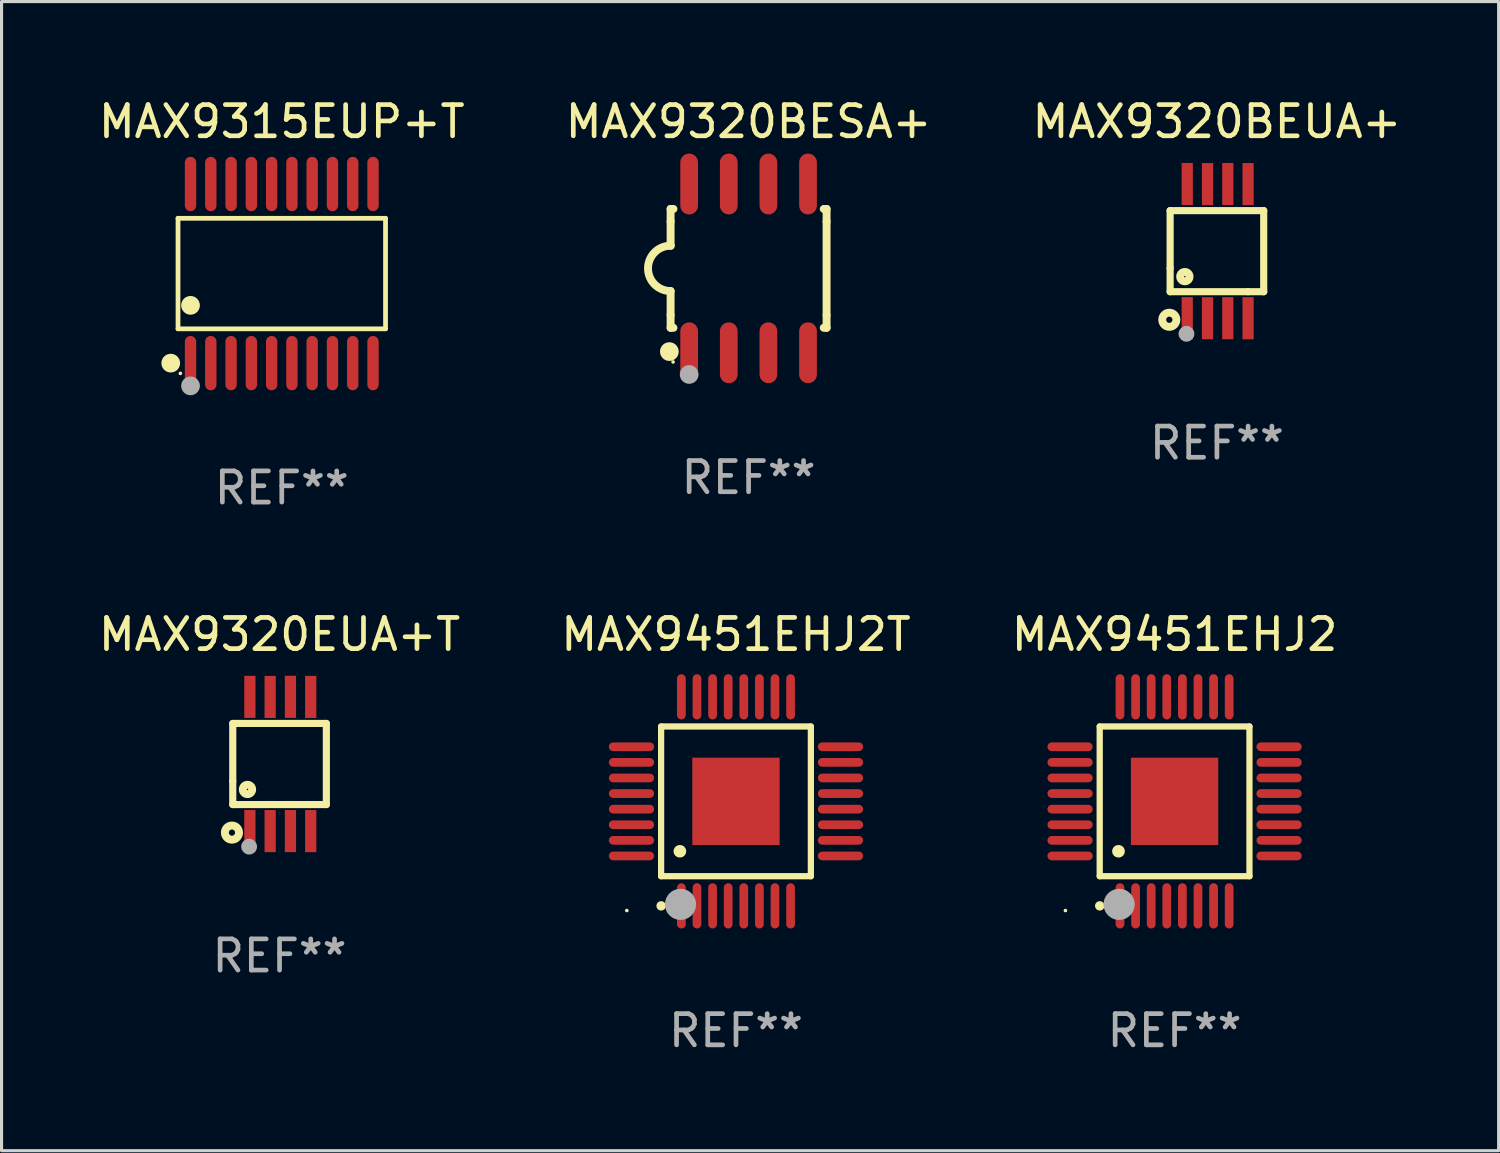
<source format=kicad_pcb>
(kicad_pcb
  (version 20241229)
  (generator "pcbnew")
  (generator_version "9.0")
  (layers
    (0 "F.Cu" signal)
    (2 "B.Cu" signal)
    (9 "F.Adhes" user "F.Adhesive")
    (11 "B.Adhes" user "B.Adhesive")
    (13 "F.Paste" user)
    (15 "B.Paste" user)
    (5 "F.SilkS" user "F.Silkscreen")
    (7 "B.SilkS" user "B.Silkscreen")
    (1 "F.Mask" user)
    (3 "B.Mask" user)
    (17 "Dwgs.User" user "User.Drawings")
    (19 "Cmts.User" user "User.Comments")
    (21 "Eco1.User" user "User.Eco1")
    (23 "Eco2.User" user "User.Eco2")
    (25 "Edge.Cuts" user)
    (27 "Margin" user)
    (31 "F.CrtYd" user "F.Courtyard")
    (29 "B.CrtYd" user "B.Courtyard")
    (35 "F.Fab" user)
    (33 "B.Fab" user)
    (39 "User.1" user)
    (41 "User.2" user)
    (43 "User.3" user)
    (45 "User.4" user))
  (footprint "MAX9320BESA+"
    (layer "F.Cu")
    (at 20.946 5.553)
    (property "Reference" "MAX9320BESA+" (at 0 -4.705 0) (layer "F.SilkS") (effects (font (size 1 1) (thickness 0.15))))
    (attr through_hole)
    (fp_line (start -2.5 -1.905) (end -2.409 -1.905) (stroke (width 0.254) (type solid)) (layer "F.SilkS"))
    (fp_line (start -2.5 -1.5) (end -2.5 -1.905) (stroke (width 0.254) (type solid)) (layer "F.SilkS"))
    (fp_line (start -2.5 -1.5) (end -2.5 -0.726) (stroke (width 0.254) (type solid)) (layer "F.SilkS"))
    (fp_line (start -2.5 1.5) (end -2.5 0.727) (stroke (width 0.254) (type solid)) (layer "F.SilkS"))
    (fp_line (start -2.5 1.5) (end -2.5 1.905) (stroke (width 0.254) (type solid)) (layer "F.SilkS"))
    (fp_line (start -2.5 1.905) (end -2.409 1.905) (stroke (width 0.254) (type solid)) (layer "F.SilkS"))
    (fp_line (start 2.5 -1.905) (end 2.409 -1.905) (stroke (width 0.254) (type solid)) (layer "F.SilkS"))
    (fp_line (start 2.5 -1.5) (end 2.5 -1.905) (stroke (width 0.254) (type solid)) (layer "F.SilkS"))
    (fp_line (start 2.5 -1.5) (end 2.5 1.5) (stroke (width 0.254) (type solid)) (layer "F.SilkS"))
    (fp_line (start 2.5 1.5) (end 2.5 1.905) (stroke (width 0.254) (type solid)) (layer "F.SilkS"))
    (fp_line (start 2.5 1.905) (end 2.409 1.905) (stroke (width 0.254) (type solid)) (layer "F.SilkS"))
    (fp_arc (start -2.5 0.726568) (mid -3.220316 -0.0023) (end -2.495097 -0.726289) (stroke (width 0.254001) (type solid)) (layer "F.SilkS"))
    (fp_circle (center -2.54 2.667) (end -2.39 2.667) (stroke (width 0.3) (type solid)) (fill no) (layer "F.SilkS"))
    (fp_circle (center -2.42 3) (end -2.39 3) (stroke (width 0.06) (type solid)) (fill no) (layer "F.SilkS"))
    (fp_circle (center -1.905 3.4) (end -1.755 3.4) (stroke (width 0.3) (type solid)) (fill no) (layer "F.Fab"))
    (fp_text user "REF**" (at 0 6.705 0) (layer "F.Fab") (effects (font (size 1 1) (thickness 0.15))))
    (pad "1" smd oval (at -1.905 2.705) (size 0.568 1.95) (layers "F.Cu" "F.Mask" "F.Paste"))
    (pad "2" smd oval (at -0.635 2.705) (size 0.568 1.95) (layers "F.Cu" "F.Mask" "F.Paste"))
    (pad "3" smd oval (at 0.635 2.705) (size 0.568 1.95) (layers "F.Cu" "F.Mask" "F.Paste"))
    (pad "4" smd oval (at 1.905 2.705) (size 0.568 1.95) (layers "F.Cu" "F.Mask" "F.Paste"))
    (pad "5" smd oval (at 1.905 -2.705) (size 0.568 1.95) (layers "F.Cu" "F.Mask" "F.Paste"))
    (pad "6" smd oval (at 0.635 -2.705) (size 0.568 1.95) (layers "F.Cu" "F.Mask" "F.Paste"))
    (pad "7" smd oval (at -0.635 -2.705) (size 0.568 1.95) (layers "F.Cu" "F.Mask" "F.Paste"))
    (pad "8" smd oval (at -1.905 -2.705) (size 0.568 1.95) (layers "F.Cu" "F.Mask" "F.Paste")))
  (footprint "MAX9320EUA+T"
    (layer "F.Cu")
    (at 5.911 21.439)
    (property "Reference" "MAX9320EUA+T" (at 0 -4.152 0) (layer "F.SilkS") (effects (font (size 1 1) (thickness 0.15))))
    (attr through_hole)
    (fp_line (start -1.5 1.301) (end 1 1.301) (stroke (width 0.229) (type solid)) (layer "F.SilkS"))
    (fp_line (start -1.5 -1.299) (end -1.5 0.551) (stroke (width 0.229) (type solid)) (layer "F.SilkS"))
    (fp_line (start -1.5 0.551) (end -1.5 1.301) (stroke (width 0.229) (type solid)) (layer "F.SilkS"))
    (fp_line (start 1 1.301) (end 1.5 1.301) (stroke (width 0.229) (type solid)) (layer "F.SilkS"))
    (fp_line (start 1.5 1.301) (end 1.5 -1.299) (stroke (width 0.229) (type solid)) (layer "F.SilkS"))
    (fp_line (start 1.5 -1.299) (end -1.5 -1.299) (stroke (width 0.229) (type solid)) (layer "F.SilkS"))
    (fp_circle (center -1.526 2.2) (end -1.426 2.2) (stroke (width 0.254) (type solid)) (fill no) (layer "F.SilkS"))
    (fp_circle (center -1.476 2.45) (end -1.446 2.45) (stroke (width 0.06) (type solid)) (fill no) (layer "F.SilkS"))
    (fp_circle (center -1.028 0.817) (end -0.878 0.817) (stroke (width 0.254) (type solid)) (fill no) (layer "F.SilkS"))
    (fp_circle (center -0.976 2.65) (end -0.849 2.65) (stroke (width 0.254) (type solid)) (fill no) (layer "F.Fab"))
    (fp_text user "REF**" (at 0 6.152 0) (layer "F.Fab") (effects (font (size 1 1) (thickness 0.15))))
    (pad "1" smd rect (at -0.951 2.15) (size 0.36 1.35) (layers "F.Cu" "F.Mask" "F.Paste"))
    (pad "2" smd rect (at -0.301 2.152) (size 0.36 1.35) (layers "F.Cu" "F.Mask" "F.Paste"))
    (pad "3" smd rect (at 0.349 2.151) (size 0.36 1.35) (layers "F.Cu" "F.Mask" "F.Paste"))
    (pad "4" smd rect (at 0.999 2.152) (size 0.36 1.35) (layers "F.Cu" "F.Mask" "F.Paste"))
    (pad "5" smd rect (at 0.999 -2.149) (size 0.36 1.35) (layers "F.Cu" "F.Mask" "F.Paste"))
    (pad "6" smd rect (at 0.349 -2.152) (size 0.36 1.35) (layers "F.Cu" "F.Mask" "F.Paste"))
    (pad "7" smd rect (at -0.301 -2.149) (size 0.36 1.35) (layers "F.Cu" "F.Mask" "F.Paste"))
    (pad "8" smd rect (at -0.951 -2.152) (size 0.36 1.35) (layers "F.Cu" "F.Mask" "F.Paste")))
  (footprint "MAX9451EHJ2T"
    (layer "F.Cu")
    (at 20.542 22.637)
    (property "Reference" "MAX9451EHJ2T" (at 0 -5.35 0) (layer "F.SilkS") (effects (font (size 1 1) (thickness 0.15))))
    (attr through_hole)
    (fp_line (start -2.4 -2.4) (end -2.4 2.4) (stroke (width 0.2) (type solid)) (layer "F.SilkS"))
    (fp_line (start -2.4 2.4) (end 2.4 2.4) (stroke (width 0.2) (type solid)) (layer "F.SilkS"))
    (fp_line (start 2.4 -2.4) (end -2.4 -2.4) (stroke (width 0.2) (type solid)) (layer "F.SilkS"))
    (fp_line (start 2.4 2.4) (end 2.4 -2.4) (stroke (width 0.2) (type solid)) (layer "F.SilkS"))
    (fp_arc (start -2.400305 3.350267) (mid -2.399035 3.350262) (end -2.397765 3.350267) (stroke (width 0.3) (type solid)) (layer "F.SilkS"))
    (fp_arc (start -1.800864 1.600203) (mid -1.798324 1.600187) (end -1.795784 1.600203) (stroke (width 0.4) (type solid)) (layer "F.SilkS"))
    (fp_circle (center -3.5 3.5) (end -3.47 3.5) (stroke (width 0.06) (type solid)) (fill no) (layer "F.SilkS"))
    (fp_circle (center -1.778 3.302) (end -1.528 3.302) (stroke (width 0.5) (type solid)) (fill no) (layer "F.Fab"))
    (fp_text user "REF**" (at 0 7.35 0) (layer "F.Fab") (effects (font (size 1 1) (thickness 0.15))))
    (pad "1" smd oval (at -1.75 3.35 90) (size 1.45 0.28) (layers "F.Cu" "F.Mask" "F.Paste"))
    (pad "2" smd oval (at -1.25 3.35 90) (size 1.45 0.28) (layers "F.Cu" "F.Mask" "F.Paste"))
    (pad "3" smd oval (at -0.75 3.35 90) (size 1.45 0.28) (layers "F.Cu" "F.Mask" "F.Paste"))
    (pad "4" smd oval (at -0.25 3.35 90) (size 1.45 0.28) (layers "F.Cu" "F.Mask" "F.Paste"))
    (pad "5" smd oval (at 0.25 3.35 90) (size 1.45 0.28) (layers "F.Cu" "F.Mask" "F.Paste"))
    (pad "6" smd oval (at 0.75 3.35 90) (size 1.45 0.28) (layers "F.Cu" "F.Mask" "F.Paste"))
    (pad "7" smd oval (at 1.25 3.35 90) (size 1.45 0.28) (layers "F.Cu" "F.Mask" "F.Paste"))
    (pad "8" smd oval (at 1.75 3.35 90) (size 1.45 0.28) (layers "F.Cu" "F.Mask" "F.Paste"))
    (pad "9" smd oval (at 3.35 1.75 180) (size 1.45 0.28) (layers "F.Cu" "F.Mask" "F.Paste"))
    (pad "10" smd oval (at 3.35 1.25 180) (size 1.45 0.28) (layers "F.Cu" "F.Mask" "F.Paste"))
    (pad "11" smd oval (at 3.35 0.75 180) (size 1.45 0.28) (layers "F.Cu" "F.Mask" "F.Paste"))
    (pad "12" smd oval (at 3.35 0.25 180) (size 1.45 0.28) (layers "F.Cu" "F.Mask" "F.Paste"))
    (pad "13" smd oval (at 3.35 -0.25 180) (size 1.45 0.28) (layers "F.Cu" "F.Mask" "F.Paste"))
    (pad "14" smd oval (at 3.35 -0.75 180) (size 1.45 0.28) (layers "F.Cu" "F.Mask" "F.Paste"))
    (pad "15" smd oval (at 3.35 -1.25 180) (size 1.45 0.28) (layers "F.Cu" "F.Mask" "F.Paste"))
    (pad "16" smd oval (at 3.35 -1.75 180) (size 1.45 0.28) (layers "F.Cu" "F.Mask" "F.Paste"))
    (pad "17" smd oval (at 1.75 -3.35 270) (size 1.45 0.28) (layers "F.Cu" "F.Mask" "F.Paste"))
    (pad "18" smd oval (at 1.25 -3.35 270) (size 1.45 0.28) (layers "F.Cu" "F.Mask" "F.Paste"))
    (pad "19" smd oval (at 0.75 -3.35 270) (size 1.45 0.28) (layers "F.Cu" "F.Mask" "F.Paste"))
    (pad "20" smd oval (at 0.25 -3.35 270) (size 1.45 0.28) (layers "F.Cu" "F.Mask" "F.Paste"))
    (pad "21" smd oval (at -0.25 -3.35 270) (size 1.45 0.28) (layers "F.Cu" "F.Mask" "F.Paste"))
    (pad "22" smd oval (at -0.75 -3.35 270) (size 1.45 0.28) (layers "F.Cu" "F.Mask" "F.Paste"))
    (pad "23" smd oval (at -1.25 -3.35 270) (size 1.45 0.28) (layers "F.Cu" "F.Mask" "F.Paste"))
    (pad "24" smd oval (at -1.75 -3.35 270) (size 1.45 0.28) (layers "F.Cu" "F.Mask" "F.Paste"))
    (pad "25" smd oval (at -3.35 -1.75) (size 1.45 0.28) (layers "F.Cu" "F.Mask" "F.Paste"))
    (pad "26" smd oval (at -3.35 -1.25) (size 1.45 0.28) (layers "F.Cu" "F.Mask" "F.Paste"))
    (pad "27" smd oval (at -3.35 -0.75) (size 1.45 0.28) (layers "F.Cu" "F.Mask" "F.Paste"))
    (pad "28" smd oval (at -3.35 -0.25) (size 1.45 0.28) (layers "F.Cu" "F.Mask" "F.Paste"))
    (pad "29" smd oval (at -3.35 0.25) (size 1.45 0.28) (layers "F.Cu" "F.Mask" "F.Paste"))
    (pad "30" smd oval (at -3.35 0.75) (size 1.45 0.28) (layers "F.Cu" "F.Mask" "F.Paste"))
    (pad "31" smd oval (at -3.35 1.25) (size 1.45 0.28) (layers "F.Cu" "F.Mask" "F.Paste"))
    (pad "32" smd oval (at -3.35 1.75) (size 1.45 0.28) (layers "F.Cu" "F.Mask" "F.Paste"))
    (pad "33" smd rect (at 0 0) (size 2.8 2.8) (layers "F.Cu" "F.Mask" "F.Paste")))
  (footprint "MAX9320BEUA+"
    (layer "F.Cu")
    (at 35.958 5)
    (property "Reference" "MAX9320BEUA+" (at 0 -4.152 0) (layer "F.SilkS") (effects (font (size 1 1) (thickness 0.15))))
    (attr through_hole)
    (fp_line (start -1.5 1.301) (end 1 1.301) (stroke (width 0.229) (type solid)) (layer "F.SilkS"))
    (fp_line (start -1.5 -1.299) (end -1.5 0.551) (stroke (width 0.229) (type solid)) (layer "F.SilkS"))
    (fp_line (start -1.5 0.551) (end -1.5 1.301) (stroke (width 0.229) (type solid)) (layer "F.SilkS"))
    (fp_line (start 1 1.301) (end 1.5 1.301) (stroke (width 0.229) (type solid)) (layer "F.SilkS"))
    (fp_line (start 1.5 1.301) (end 1.5 -1.299) (stroke (width 0.229) (type solid)) (layer "F.SilkS"))
    (fp_line (start 1.5 -1.299) (end -1.5 -1.299) (stroke (width 0.229) (type solid)) (layer "F.SilkS"))
    (fp_circle (center -1.526 2.2) (end -1.426 2.2) (stroke (width 0.254) (type solid)) (fill no) (layer "F.SilkS"))
    (fp_circle (center -1.476 2.45) (end -1.446 2.45) (stroke (width 0.06) (type solid)) (fill no) (layer "F.SilkS"))
    (fp_circle (center -1.028 0.817) (end -0.878 0.817) (stroke (width 0.254) (type solid)) (fill no) (layer "F.SilkS"))
    (fp_circle (center -0.976 2.65) (end -0.849 2.65) (stroke (width 0.254) (type solid)) (fill no) (layer "F.Fab"))
    (fp_text user "REF**" (at 0 6.152 0) (layer "F.Fab") (effects (font (size 1 1) (thickness 0.15))))
    (pad "1" smd rect (at -0.951 2.15) (size 0.36 1.35) (layers "F.Cu" "F.Mask" "F.Paste"))
    (pad "2" smd rect (at -0.301 2.152) (size 0.36 1.35) (layers "F.Cu" "F.Mask" "F.Paste"))
    (pad "3" smd rect (at 0.349 2.151) (size 0.36 1.35) (layers "F.Cu" "F.Mask" "F.Paste"))
    (pad "4" smd rect (at 0.999 2.152) (size 0.36 1.35) (layers "F.Cu" "F.Mask" "F.Paste"))
    (pad "5" smd rect (at 0.999 -2.149) (size 0.36 1.35) (layers "F.Cu" "F.Mask" "F.Paste"))
    (pad "6" smd rect (at 0.349 -2.152) (size 0.36 1.35) (layers "F.Cu" "F.Mask" "F.Paste"))
    (pad "7" smd rect (at -0.301 -2.149) (size 0.36 1.35) (layers "F.Cu" "F.Mask" "F.Paste"))
    (pad "8" smd rect (at -0.951 -2.152) (size 0.36 1.35) (layers "F.Cu" "F.Mask" "F.Paste")))
  (footprint "MAX9451EHJ2"
    (layer "F.Cu")
    (at 34.601 22.637)
    (property "Reference" "MAX9451EHJ2" (at 0 -5.35 0) (layer "F.SilkS") (effects (font (size 1 1) (thickness 0.15))))
    (attr through_hole)
    (fp_line (start -2.4 -2.4) (end -2.4 2.4) (stroke (width 0.2) (type solid)) (layer "F.SilkS"))
    (fp_line (start -2.4 2.4) (end 2.4 2.4) (stroke (width 0.2) (type solid)) (layer "F.SilkS"))
    (fp_line (start 2.4 -2.4) (end -2.4 -2.4) (stroke (width 0.2) (type solid)) (layer "F.SilkS"))
    (fp_line (start 2.4 2.4) (end 2.4 -2.4) (stroke (width 0.2) (type solid)) (layer "F.SilkS"))
    (fp_arc (start -2.400305 3.350267) (mid -2.399035 3.350262) (end -2.397765 3.350267) (stroke (width 0.3) (type solid)) (layer "F.SilkS"))
    (fp_arc (start -1.800864 1.600203) (mid -1.798324 1.600187) (end -1.795784 1.600203) (stroke (width 0.4) (type solid)) (layer "F.SilkS"))
    (fp_circle (center -3.5 3.5) (end -3.47 3.5) (stroke (width 0.06) (type solid)) (fill no) (layer "F.SilkS"))
    (fp_circle (center -1.778 3.302) (end -1.528 3.302) (stroke (width 0.5) (type solid)) (fill no) (layer "F.Fab"))
    (fp_text user "REF**" (at 0 7.35 0) (layer "F.Fab") (effects (font (size 1 1) (thickness 0.15))))
    (pad "1" smd oval (at -1.75 3.35 90) (size 1.45 0.28) (layers "F.Cu" "F.Mask" "F.Paste"))
    (pad "2" smd oval (at -1.25 3.35 90) (size 1.45 0.28) (layers "F.Cu" "F.Mask" "F.Paste"))
    (pad "3" smd oval (at -0.75 3.35 90) (size 1.45 0.28) (layers "F.Cu" "F.Mask" "F.Paste"))
    (pad "4" smd oval (at -0.25 3.35 90) (size 1.45 0.28) (layers "F.Cu" "F.Mask" "F.Paste"))
    (pad "5" smd oval (at 0.25 3.35 90) (size 1.45 0.28) (layers "F.Cu" "F.Mask" "F.Paste"))
    (pad "6" smd oval (at 0.75 3.35 90) (size 1.45 0.28) (layers "F.Cu" "F.Mask" "F.Paste"))
    (pad "7" smd oval (at 1.25 3.35 90) (size 1.45 0.28) (layers "F.Cu" "F.Mask" "F.Paste"))
    (pad "8" smd oval (at 1.75 3.35 90) (size 1.45 0.28) (layers "F.Cu" "F.Mask" "F.Paste"))
    (pad "9" smd oval (at 3.35 1.75 180) (size 1.45 0.28) (layers "F.Cu" "F.Mask" "F.Paste"))
    (pad "10" smd oval (at 3.35 1.25 180) (size 1.45 0.28) (layers "F.Cu" "F.Mask" "F.Paste"))
    (pad "11" smd oval (at 3.35 0.75 180) (size 1.45 0.28) (layers "F.Cu" "F.Mask" "F.Paste"))
    (pad "12" smd oval (at 3.35 0.25 180) (size 1.45 0.28) (layers "F.Cu" "F.Mask" "F.Paste"))
    (pad "13" smd oval (at 3.35 -0.25 180) (size 1.45 0.28) (layers "F.Cu" "F.Mask" "F.Paste"))
    (pad "14" smd oval (at 3.35 -0.75 180) (size 1.45 0.28) (layers "F.Cu" "F.Mask" "F.Paste"))
    (pad "15" smd oval (at 3.35 -1.25 180) (size 1.45 0.28) (layers "F.Cu" "F.Mask" "F.Paste"))
    (pad "16" smd oval (at 3.35 -1.75 180) (size 1.45 0.28) (layers "F.Cu" "F.Mask" "F.Paste"))
    (pad "17" smd oval (at 1.75 -3.35 270) (size 1.45 0.28) (layers "F.Cu" "F.Mask" "F.Paste"))
    (pad "18" smd oval (at 1.25 -3.35 270) (size 1.45 0.28) (layers "F.Cu" "F.Mask" "F.Paste"))
    (pad "19" smd oval (at 0.75 -3.35 270) (size 1.45 0.28) (layers "F.Cu" "F.Mask" "F.Paste"))
    (pad "20" smd oval (at 0.25 -3.35 270) (size 1.45 0.28) (layers "F.Cu" "F.Mask" "F.Paste"))
    (pad "21" smd oval (at -0.25 -3.35 270) (size 1.45 0.28) (layers "F.Cu" "F.Mask" "F.Paste"))
    (pad "22" smd oval (at -0.75 -3.35 270) (size 1.45 0.28) (layers "F.Cu" "F.Mask" "F.Paste"))
    (pad "23" smd oval (at -1.25 -3.35 270) (size 1.45 0.28) (layers "F.Cu" "F.Mask" "F.Paste"))
    (pad "24" smd oval (at -1.75 -3.35 270) (size 1.45 0.28) (layers "F.Cu" "F.Mask" "F.Paste"))
    (pad "25" smd oval (at -3.35 -1.75) (size 1.45 0.28) (layers "F.Cu" "F.Mask" "F.Paste"))
    (pad "26" smd oval (at -3.35 -1.25) (size 1.45 0.28) (layers "F.Cu" "F.Mask" "F.Paste"))
    (pad "27" smd oval (at -3.35 -0.75) (size 1.45 0.28) (layers "F.Cu" "F.Mask" "F.Paste"))
    (pad "28" smd oval (at -3.35 -0.25) (size 1.45 0.28) (layers "F.Cu" "F.Mask" "F.Paste"))
    (pad "29" smd oval (at -3.35 0.25) (size 1.45 0.28) (layers "F.Cu" "F.Mask" "F.Paste"))
    (pad "30" smd oval (at -3.35 0.75) (size 1.45 0.28) (layers "F.Cu" "F.Mask" "F.Paste"))
    (pad "31" smd oval (at -3.35 1.25) (size 1.45 0.28) (layers "F.Cu" "F.Mask" "F.Paste"))
    (pad "32" smd oval (at -3.35 1.75) (size 1.45 0.28) (layers "F.Cu" "F.Mask" "F.Paste"))
    (pad "33" smd rect (at 0 0) (size 2.8 2.8) (layers "F.Cu" "F.Mask" "F.Paste")))
  (footprint "MAX9315EUP+T"
    (layer "F.Cu")
    (at 5.982 5.719)
    (property "Reference" "MAX9315EUP+T" (at 0 -4.871 0) (layer "F.SilkS") (effects (font (size 1 1) (thickness 0.15))))
    (attr through_hole)
    (fp_line (start -3.326 -1.771) (end 3.326 -1.771) (stroke (width 0.152) (type solid)) (layer "F.SilkS"))
    (fp_line (start -3.326 1.771) (end -3.326 -1.771) (stroke (width 0.152) (type solid)) (layer "F.SilkS"))
    (fp_line (start 3.326 -1.771) (end 3.326 1.771) (stroke (width 0.152) (type solid)) (layer "F.SilkS"))
    (fp_line (start 3.326 1.771) (end -3.326 1.771) (stroke (width 0.152) (type solid)) (layer "F.SilkS"))
    (fp_circle (center -3.559 2.871) (end -3.409 2.871) (stroke (width 0.3) (type solid)) (fill no) (layer "F.SilkS"))
    (fp_circle (center -3.25 3.2) (end -3.22 3.2) (stroke (width 0.06) (type solid)) (fill no) (layer "F.SilkS"))
    (fp_circle (center -2.925 1.019) (end -2.775 1.019) (stroke (width 0.3) (type solid)) (fill no) (layer "F.SilkS"))
    (fp_circle (center -2.925 3.6) (end -2.775 3.6) (stroke (width 0.3) (type solid)) (fill no) (layer "F.Fab"))
    (fp_text user "REF**" (at 0 6.871 0) (layer "F.Fab") (effects (font (size 1 1) (thickness 0.15))))
    (pad "1" smd oval (at -2.925 2.871) (size 0.364 1.742) (layers "F.Cu" "F.Mask" "F.Paste"))
    (pad "2" smd oval (at -2.275 2.871) (size 0.364 1.742) (layers "F.Cu" "F.Mask" "F.Paste"))
    (pad "3" smd oval (at -1.625 2.871) (size 0.364 1.742) (layers "F.Cu" "F.Mask" "F.Paste"))
    (pad "4" smd oval (at -0.975 2.871) (size 0.364 1.742) (layers "F.Cu" "F.Mask" "F.Paste"))
    (pad "5" smd oval (at -0.325 2.871) (size 0.364 1.742) (layers "F.Cu" "F.Mask" "F.Paste"))
    (pad "6" smd oval (at 0.325 2.871) (size 0.364 1.742) (layers "F.Cu" "F.Mask" "F.Paste"))
    (pad "7" smd oval (at 0.975 2.871) (size 0.364 1.742) (layers "F.Cu" "F.Mask" "F.Paste"))
    (pad "8" smd oval (at 1.625 2.871) (size 0.364 1.742) (layers "F.Cu" "F.Mask" "F.Paste"))
    (pad "9" smd oval (at 2.275 2.871) (size 0.364 1.742) (layers "F.Cu" "F.Mask" "F.Paste"))
    (pad "10" smd oval (at 2.925 2.871) (size 0.364 1.742) (layers "F.Cu" "F.Mask" "F.Paste"))
    (pad "11" smd oval (at 2.925 -2.871) (size 0.364 1.742) (layers "F.Cu" "F.Mask" "F.Paste"))
    (pad "12" smd oval (at 2.275 -2.871) (size 0.364 1.742) (layers "F.Cu" "F.Mask" "F.Paste"))
    (pad "13" smd oval (at 1.625 -2.871) (size 0.364 1.742) (layers "F.Cu" "F.Mask" "F.Paste"))
    (pad "14" smd oval (at 0.975 -2.871) (size 0.364 1.742) (layers "F.Cu" "F.Mask" "F.Paste"))
    (pad "15" smd oval (at 0.325 -2.871) (size 0.364 1.742) (layers "F.Cu" "F.Mask" "F.Paste"))
    (pad "16" smd oval (at -0.325 -2.871) (size 0.364 1.742) (layers "F.Cu" "F.Mask" "F.Paste"))
    (pad "17" smd oval (at -0.975 -2.871) (size 0.364 1.742) (layers "F.Cu" "F.Mask" "F.Paste"))
    (pad "18" smd oval (at -1.625 -2.871) (size 0.364 1.742) (layers "F.Cu" "F.Mask" "F.Paste"))
    (pad "19" smd oval (at -2.275 -2.871) (size 0.364 1.742) (layers "F.Cu" "F.Mask" "F.Paste"))
    (pad "20" smd oval (at -2.925 -2.871) (size 0.364 1.742) (layers "F.Cu" "F.Mask" "F.Paste")))
  (gr_rect
    (start -3 -3)
    (end 44.988 33.835)
    (stroke (width 0.1) (type default))
    (fill no)
    (layer "Edge.Cuts")))
</source>
